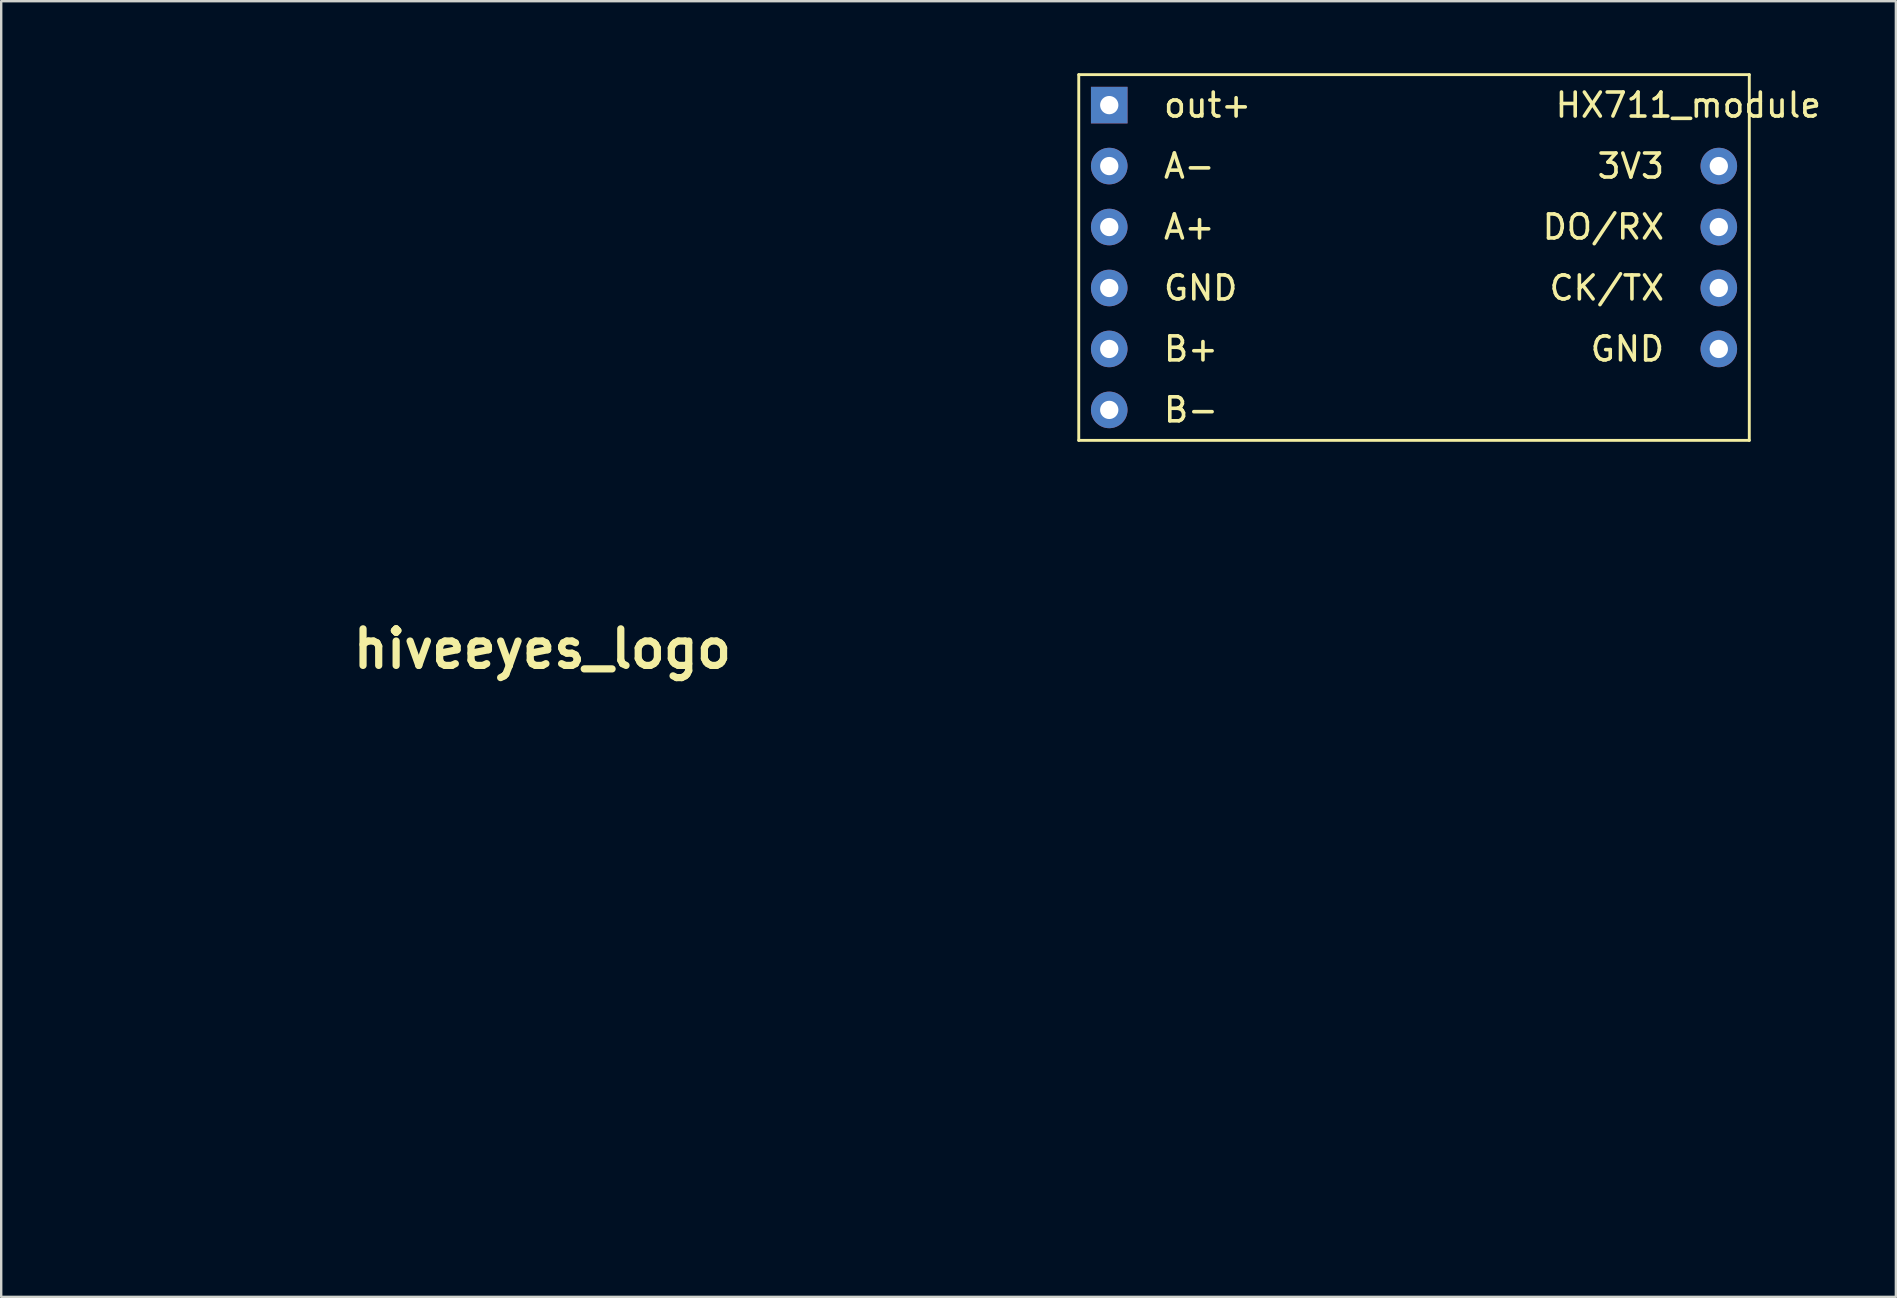
<source format=kicad_pcb>
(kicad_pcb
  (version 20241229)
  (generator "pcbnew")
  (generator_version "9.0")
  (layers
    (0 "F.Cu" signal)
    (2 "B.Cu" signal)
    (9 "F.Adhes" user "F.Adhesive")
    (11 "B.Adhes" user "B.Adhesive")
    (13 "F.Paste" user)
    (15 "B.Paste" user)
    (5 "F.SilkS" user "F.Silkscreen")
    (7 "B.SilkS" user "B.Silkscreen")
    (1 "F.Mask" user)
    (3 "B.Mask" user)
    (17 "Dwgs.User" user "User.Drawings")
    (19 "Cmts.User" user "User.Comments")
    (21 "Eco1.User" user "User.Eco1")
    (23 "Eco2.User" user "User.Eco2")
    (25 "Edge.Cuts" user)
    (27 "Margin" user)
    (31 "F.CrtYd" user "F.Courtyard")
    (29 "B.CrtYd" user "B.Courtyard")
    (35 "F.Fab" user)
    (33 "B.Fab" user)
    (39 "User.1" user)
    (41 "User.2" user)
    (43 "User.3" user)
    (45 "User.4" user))
  (footprint "hiveeyes_logo"
    (layer "F.Cu")
    (at 19.552 23.987)
    (property "Reference" "hiveeyes_logo" (at 0 0 0) (layer "F.SilkS") (effects (font (size 1.524 1.524) (thickness 0.3))))
    (attr through_hole)
    (fp_poly (pts (xy 1.393 6.172) (xy 2.167 6.691) (xy 2.68 7.455) (xy 2.854 8.382) (xy 2.609 9.388) (xy 2.544 9.518) (xy 1.93 10.174) (xy 1.04 10.565) (xy 0.045 10.656) (xy -0.88 10.416) (xy -1.193 10.218) (xy -1.865 9.413) (xy -2.116 8.479) (xy -1.962 7.542) (xy -1.422 6.727) (xy -0.622 6.201) (xy 0.437 5.981) (xy 1.393 6.172)) (stroke (width 0.01) (type solid)) (fill no) (layer "Eco2.User"))
    (fp_poly (pts (xy 1.283 -23.967) (xy 2.323 -23.91) (xy 3.133 -23.793) (xy 3.85 -23.598) (xy 4.379 -23.404) (xy 5.303 -22.984) (xy 6.274 -22.458) (xy 7.172 -21.902) (xy 7.877 -21.39) (xy 8.271 -20.998) (xy 8.307 -20.926) (xy 8.118 -20.858) (xy 7.526 -20.905) (xy 6.618 -21.058) (xy 6.165 -21.151) (xy 4.447 -21.422) (xy 2.391 -21.59) (xy 0.156 -21.655) (xy -2.099 -21.616) (xy -4.215 -21.474) (xy -6.031 -21.228) (xy -6.419 -21.151) (xy -7.432 -20.957) (xy -8.168 -20.864) (xy -8.537 -20.883) (xy -8.561 -20.926) (xy -8.265 -21.276) (xy -7.628 -21.765) (xy -6.768 -22.317) (xy -5.805 -22.857) (xy -4.857 -23.311) (xy -4.633 -23.404) (xy -3.897 -23.664) (xy -3.167 -23.834) (xy -2.305 -23.932) (xy -1.171 -23.975) (xy -0.127 -23.982) (xy 1.283 -23.967)) (stroke (width 0.01) (type solid)) (fill no) (layer "Eco2.User"))
    (fp_poly (pts (xy 2.972 -20.297) (xy 5.022 -20.001) (xy 5.588 -19.874) (xy 8.026 -19.135) (xy 10.156 -18.217) (xy 11.943 -17.148) (xy 13.352 -15.955) (xy 14.346 -14.667) (xy 14.89 -13.312) (xy 14.986 -12.452) (xy 14.986 -11.421) (xy 13.751 -12.047) (xy 11.826 -12.885) (xy 9.618 -13.622) (xy 7.348 -14.192) (xy 5.476 -14.504) (xy 4.082 -14.617) (xy 2.302 -14.685) (xy 0.256 -14.703) (xy -1.89 -14.67) (xy -3.675 -14.615) (xy -5.061 -14.55) (xy -6.159 -14.462) (xy -7.079 -14.34) (xy -7.931 -14.171) (xy -8.825 -13.942) (xy -9.144 -13.852) (xy -10.465 -13.439) (xy -11.862 -12.942) (xy -13.089 -12.452) (xy -13.399 -12.314) (xy -15.24 -11.463) (xy -15.24 -12.473) (xy -14.992 -13.836) (xy -14.275 -15.157) (xy -13.127 -16.406) (xy -11.586 -17.552) (xy -9.691 -18.565) (xy -7.48 -19.414) (xy -5.874 -19.869) (xy -3.926 -20.218) (xy -1.682 -20.405) (xy 0.677 -20.431) (xy 2.972 -20.297)) (stroke (width 0.01) (type solid)) (fill no) (layer "Eco2.User"))
    (fp_poly (pts (xy 1.528 -6.449) (xy 4.816 -6.08) (xy 7.98 -5.359) (xy 10.943 -4.295) (xy 13.623 -2.901) (xy 14.782 -2.12) (xy 16.21 -0.828) (xy 17.291 0.666) (xy 17.982 2.276) (xy 18.239 3.913) (xy 18.204 4.611) (xy 18.088 5.387) (xy 17.96 5.956) (xy 17.902 6.103) (xy 17.626 6.111) (xy 17.07 5.856) (xy 16.571 5.542) (xy 14.15 4.153) (xy 11.379 3.039) (xy 8.336 2.2) (xy 5.096 1.638) (xy 1.736 1.351) (xy -1.666 1.339) (xy -5.034 1.603) (xy -8.291 2.142) (xy -11.361 2.957) (xy -14.166 4.046) (xy -16.63 5.411) (xy -16.859 5.566) (xy -17.532 5.97) (xy -18.008 6.142) (xy -18.156 6.103) (xy -18.378 5.428) (xy -18.472 4.455) (xy -18.436 3.376) (xy -18.269 2.386) (xy -18.199 2.156) (xy -17.329 0.367) (xy -15.995 -1.244) (xy -14.194 -2.68) (xy -11.921 -3.943) (xy -9.173 -5.038) (xy -8.281 -5.326) (xy -5.1 -6.083) (xy -1.804 -6.453) (xy 1.528 -6.449)) (stroke (width 0.01) (type solid)) (fill no) (layer "Eco2.User"))
    (fp_poly (pts (xy 1.416 -13.601) (xy 1.524 -13.594) (xy 4.459 -13.266) (xy 7.216 -12.719) (xy 9.748 -11.975) (xy 12.004 -11.055) (xy 13.936 -9.983) (xy 15.496 -8.78) (xy 16.634 -7.468) (xy 17.133 -6.549) (xy 17.417 -5.536) (xy 17.516 -4.44) (xy 17.42 -3.47) (xy 17.266 -3.036) (xy 17.092 -2.783) (xy 16.864 -2.745) (xy 16.464 -2.95) (xy 15.805 -3.405) (xy 13.766 -4.658) (xy 11.425 -5.761) (xy 8.984 -6.622) (xy 8.4 -6.784) (xy 7.359 -7.034) (xy 6.352 -7.22) (xy 5.257 -7.355) (xy 3.954 -7.451) (xy 2.321 -7.523) (xy 1.396 -7.552) (xy -1.265 -7.59) (xy -3.53 -7.529) (xy -5.503 -7.357) (xy -7.288 -7.063) (xy -8.99 -6.636) (xy -10.033 -6.305) (xy -12.138 -5.526) (xy -13.878 -4.732) (xy -15.394 -3.856) (xy -16.059 -3.404) (xy -16.739 -2.936) (xy -17.13 -2.742) (xy -17.353 -2.79) (xy -17.52 -3.036) (xy -17.737 -3.839) (xy -17.745 -4.898) (xy -17.557 -6.012) (xy -17.301 -6.744) (xy -16.549 -7.891) (xy -15.365 -9.042) (xy -13.825 -10.148) (xy -12.002 -11.158) (xy -9.971 -12.025) (xy -8.827 -12.411) (xy -7.013 -12.865) (xy -4.888 -13.233) (xy -2.646 -13.493) (xy -0.48 -13.623) (xy 1.416 -13.601)) (stroke (width 0.01) (type solid)) (fill no) (layer "Eco2.User"))
    (fp_poly (pts (xy 0 3.709) (xy 1.658 3.722) (xy 2.937 3.761) (xy 3.964 3.838) (xy 4.869 3.966) (xy 5.778 4.158) (xy 6.673 4.387) (xy 8.893 5.087) (xy 10.855 5.914) (xy 12.462 6.823) (xy 13.208 7.382) (xy 14.097 8.14) (xy 12.888 9.229) (xy 11.268 10.415) (xy 9.263 11.444) (xy 6.983 12.287) (xy 4.534 12.915) (xy 2.025 13.298) (xy -0.437 13.407) (xy -2.159 13.295) (xy -5.137 12.8) (xy -7.84 12.063) (xy -10.213 11.106) (xy -12.198 9.95) (xy -13.253 9.103) (xy -14.332 8.106) (xy -14.132 7.943) (xy -3.233 7.943) (xy -3.155 9.206) (xy -2.677 10.278) (xy -1.886 11.112) (xy -0.87 11.658) (xy 0.285 11.868) (xy 1.489 11.696) (xy 2.581 11.147) (xy 3.474 10.238) (xy 3.948 9.154) (xy 4.01 7.995) (xy 3.665 6.865) (xy 2.919 5.864) (xy 2.225 5.333) (xy 1.056 4.885) (xy -0.149 4.868) (xy -1.286 5.233) (xy -2.252 5.928) (xy -2.94 6.905) (xy -3.233 7.943) (xy -14.132 7.943) (xy -13.58 7.492) (xy -12.217 6.569) (xy -10.479 5.688) (xy -8.496 4.909) (xy -6.858 4.408) (xy -5.794 4.136) (xy -4.888 3.944) (xy -4.01 3.818) (xy -3.03 3.746) (xy -1.819 3.714) (xy -0.247 3.708) (xy 0 3.709)) (stroke (width 0.01) (type solid)) (fill no) (layer "Eco2.User"))
    (fp_poly (pts (xy -18.034 9.606) (xy -17.829 9.924) (xy -17.276 10.421) (xy -16.473 11.029) (xy -15.514 11.68) (xy -14.497 12.304) (xy -13.576 12.802) (xy -11.226 13.852) (xy -8.875 14.633) (xy -6.408 15.169) (xy -3.712 15.485) (xy -0.67 15.604) (xy -0.127 15.606) (xy 2.983 15.517) (xy 5.729 15.236) (xy 8.225 14.738) (xy 10.587 13.999) (xy 12.93 12.995) (xy 13.322 12.802) (xy 14.308 12.265) (xy 15.325 11.638) (xy 16.276 10.988) (xy 17.066 10.385) (xy 17.599 9.897) (xy 17.78 9.606) (xy 17.883 9.436) (xy 18.144 9.64) (xy 18.492 10.137) (xy 18.817 10.763) (xy 19.283 12.369) (xy 19.269 14.016) (xy 18.795 15.656) (xy 17.881 17.24) (xy 16.548 18.721) (xy 14.998 19.931) (xy 13.131 21.052) (xy 11.187 21.962) (xy 9.085 22.684) (xy 6.741 23.241) (xy 4.073 23.657) (xy 0.997 23.954) (xy 0.635 23.981) (xy -0.211 23.997) (xy -1.356 23.964) (xy -2.596 23.889) (xy -3.001 23.854) (xy -6.079 23.438) (xy -8.926 22.783) (xy -11.508 21.911) (xy -13.792 20.844) (xy -15.743 19.603) (xy -17.327 18.21) (xy -18.512 16.688) (xy -19.263 15.057) (xy -19.545 13.34) (xy -19.547 13.208) (xy -19.432 12.005) (xy -19.132 10.907) (xy -19.071 10.763) (xy -18.706 10.071) (xy -18.364 9.602) (xy -18.117 9.435) (xy -18.034 9.606)) (stroke (width 0.01) (type solid)) (fill no) (layer "Eco2.User")))
  (footprint "HX711_module"
    (layer "F.Cu")
    (at 43.17 1.33)
    (property "Reference" "HX711_module" (at 24.13 0 0) (layer "F.SilkS") (effects (font (size 1 1) (thickness 0.15))))
    (attr through_hole)
    (fp_line (start -1.27 -1.27) (end 26.67 -1.27) (stroke (width 0.12) (type solid)) (layer "F.SilkS"))
    (fp_line (start -1.27 13.97) (end -1.27 -1.27) (stroke (width 0.12) (type solid)) (layer "F.SilkS"))
    (fp_line (start 26.67 -1.27) (end 26.67 13.97) (stroke (width 0.12) (type solid)) (layer "F.SilkS"))
    (fp_line (start 26.67 13.97) (end -1.27 13.97) (stroke (width 0.12) (type solid)) (layer "F.SilkS"))
    (fp_text user "GND" (at 21.59 10.16 0) (layer "F.SilkS") (effects (font (size 1 1) (thickness 0.15))))
    (fp_text user "A-" (at 3.334 2.54 0) (layer "F.SilkS") (effects (font (size 1 1) (thickness 0.15))))
    (fp_text user "DO/RX" (at 20.59 5.08 0) (layer "F.SilkS") (effects (font (size 1 1) (thickness 0.15))))
    (fp_text user "out+" (at 4.096 0 0) (layer "F.SilkS") (effects (font (size 1 1) (thickness 0.15))))
    (fp_text user "B+" (at 3.405 10.16 0) (layer "F.SilkS") (effects (font (size 1 1) (thickness 0.15))))
    (fp_text user "3V3" (at 21.733 2.54 0) (layer "F.SilkS") (effects (font (size 1 1) (thickness 0.15))))
    (fp_text user "GND" (at 3.81 7.62 0) (layer "F.SilkS") (effects (font (size 1 1) (thickness 0.15))))
    (fp_text user "A+" (at 3.334 5.08 0) (layer "F.SilkS") (effects (font (size 1 1) (thickness 0.15))))
    (fp_text user "B-" (at 3.405 12.7 0) (layer "F.SilkS") (effects (font (size 1 1) (thickness 0.15))))
    (fp_text user "CK/TX" (at 20.733 7.62 0) (layer "F.SilkS") (effects (font (size 1 1) (thickness 0.15))))
    (pad "1" thru_hole rect (at 0 0) (size 1.524 1.524) (drill 0.762) (layers "*.Cu" "*.Mask"))
    (pad "2" thru_hole circle (at 0 2.54) (size 1.524 1.524) (drill 0.762) (layers "*.Cu" "*.Mask"))
    (pad "3" thru_hole circle (at 0 5.08) (size 1.524 1.524) (drill 0.762) (layers "*.Cu" "*.Mask"))
    (pad "4" thru_hole circle (at 0 7.62) (size 1.524 1.524) (drill 0.762) (layers "*.Cu" "*.Mask"))
    (pad "5" thru_hole circle (at 0 10.16) (size 1.524 1.524) (drill 0.762) (layers "*.Cu" "*.Mask"))
    (pad "6" thru_hole circle (at 0 12.7) (size 1.524 1.524) (drill 0.762) (layers "*.Cu" "*.Mask"))
    (pad "7" thru_hole circle (at 25.4 2.54) (size 1.524 1.524) (drill 0.762) (layers "*.Cu" "*.Mask"))
    (pad "8" thru_hole circle (at 25.4 5.08) (size 1.524 1.524) (drill 0.762) (layers "*.Cu" "*.Mask"))
    (pad "9" thru_hole circle (at 25.4 7.62) (size 1.524 1.524) (drill 0.762) (layers "*.Cu" "*.Mask"))
    (pad "10" thru_hole circle (at 25.4 10.16) (size 1.524 1.524) (drill 0.762) (layers "*.Cu" "*.Mask")))
  (gr_rect
    (start -3 -3)
    (end 75.948 50.989)
    (stroke (width 0.1) (type default))
    (fill no)
    (layer "Edge.Cuts")))
</source>
